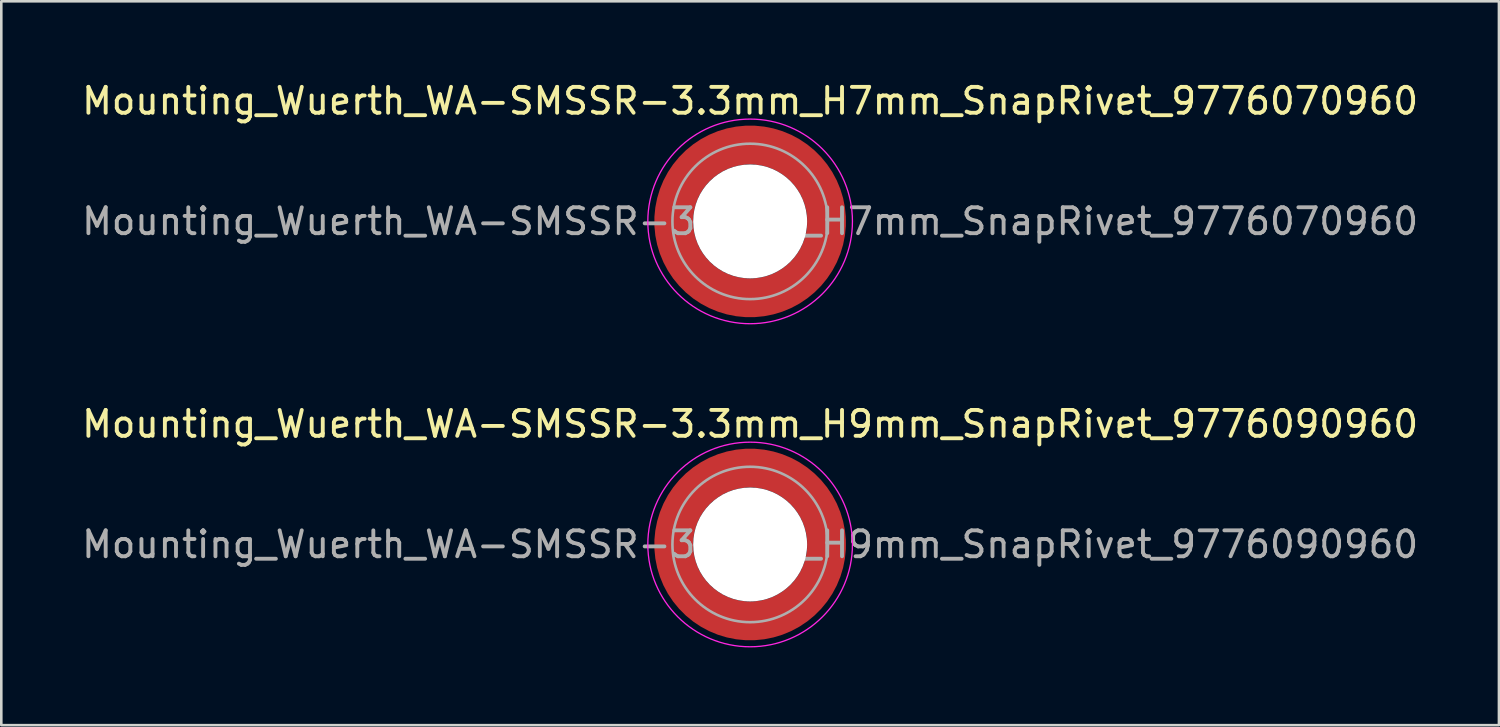
<source format=kicad_pcb>
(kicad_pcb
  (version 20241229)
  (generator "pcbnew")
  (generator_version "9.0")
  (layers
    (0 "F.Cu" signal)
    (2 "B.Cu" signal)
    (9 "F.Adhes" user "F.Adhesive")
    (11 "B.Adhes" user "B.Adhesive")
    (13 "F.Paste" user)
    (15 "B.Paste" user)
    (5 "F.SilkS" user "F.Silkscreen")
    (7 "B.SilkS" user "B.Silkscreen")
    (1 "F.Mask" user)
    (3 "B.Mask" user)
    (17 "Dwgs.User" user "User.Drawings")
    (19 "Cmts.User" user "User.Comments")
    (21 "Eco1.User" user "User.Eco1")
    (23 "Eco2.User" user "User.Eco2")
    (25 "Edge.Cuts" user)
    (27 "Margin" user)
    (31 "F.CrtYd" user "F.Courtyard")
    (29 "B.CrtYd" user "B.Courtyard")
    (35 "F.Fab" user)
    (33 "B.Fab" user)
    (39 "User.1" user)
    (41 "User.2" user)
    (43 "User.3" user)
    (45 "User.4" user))
  (footprint "Mounting_Wuerth_WA-SMSSR-3.3mm_H7mm_SnapRivet_9776070960"
    (layer "F.Cu")
    (at 25.911 5.498)
    (property "Reference" "Mounting_Wuerth_WA-SMSSR-3.3mm_H7mm_SnapRivet_9776070960" (at 0 -4.65 0) (layer "F.SilkS") (effects (font (size 1 1) (thickness 0.15))))
    (attr smd allow_soldermask_bridges)
    (fp_circle (center 0 0) (end 3.95 0) (stroke (width 0.05) (type solid)) (fill no) (layer "F.CrtYd"))
    (fp_circle (center 0 0) (end 3 0) (stroke (width 0.1) (type solid)) (fill no) (layer "F.Fab"))
    (fp_text user "${REFERENCE}" (at 0 0 0) (layer "F.Fab") (effects (font (size 1 1) (thickness 0.15))))
    (pad "" smd custom (at -2.077 -2.077) (size 0.698 0.698) (layers "F.Paste") (options (anchor circle)) (primitives (gr_arc (start -0.208831 1.577126) (mid 0.422496 0.422496) (end 1.577126 -0.208831) (width 0.2)) (gr_arc (start -0.310669 1.577126) (mid 0.35208 0.35208) (end 1.577126 -0.310669) (width 0.2)) (gr_arc (start -0.412325 1.577126) (mid 0.281664 0.281664) (end 1.577126 -0.412325) (width 0.2)) (gr_arc (start -0.51382 1.577126) (mid 0.211248 0.211248) (end 1.577126 -0.51382) (width 0.2)) (gr_arc (start -0.615172 1.577126) (mid 0.140832 0.140832) (end 1.577126 -0.615172) (width 0.2)) (gr_arc (start -0.716397 1.577126) (mid 0.070416 0.070416) (end 1.577126 -0.716397) (width 0.2)) (gr_arc (start -0.817508 1.577126) (mid 0 0) (end 1.577126 -0.817508) (width 0.2)) (gr_arc (start -0.918517 1.577126) (mid -0.070416 -0.070416) (end 1.577126 -0.918517) (width 0.2)) (gr_arc (start -1.019433 1.577126) (mid -0.140832 -0.140832) (end 1.577126 -1.019433) (width 0.2)) (gr_arc (start -1.120266 1.577126) (mid -0.211248 -0.211248) (end 1.577126 -1.120266) (width 0.2)) (gr_arc (start -1.221022 1.577126) (mid -0.281664 -0.281664) (end 1.577126 -1.221022) (width 0.2)) (gr_arc (start -1.32171 1.577126) (mid -0.35208 -0.35208) (end 1.577126 -1.32171) (width 0.2)) (gr_arc (start -1.422335 1.577126) (mid -0.422496 -0.422496) (end 1.577126 -1.422335) (width 0.2)) (gr_line (start 1.577 -0.209) (end 1.577 -1.422) (width 0.2)) (gr_line (start -0.209 1.577) (end -1.422 1.577) (width 0.2))))
    (pad "" smd custom (at -2.077 2.077) (size 0.698 0.698) (layers "F.Paste") (options (anchor circle)) (primitives (gr_arc (start 1.577126 0.208831) (mid 0.422496 -0.422496) (end -0.208831 -1.577126) (width 0.2)) (gr_arc (start 1.577126 0.310669) (mid 0.35208 -0.35208) (end -0.310669 -1.577126) (width 0.2)) (gr_arc (start 1.577126 0.412325) (mid 0.281664 -0.281664) (end -0.412325 -1.577126) (width 0.2)) (gr_arc (start 1.577126 0.51382) (mid 0.211248 -0.211248) (end -0.51382 -1.577126) (width 0.2)) (gr_arc (start 1.577126 0.615172) (mid 0.140832 -0.140832) (end -0.615172 -1.577126) (width 0.2)) (gr_arc (start 1.577126 0.716397) (mid 0.070416 -0.070416) (end -0.716397 -1.577126) (width 0.2)) (gr_arc (start 1.577126 0.817508) (mid 0 0) (end -0.817508 -1.577126) (width 0.2)) (gr_arc (start 1.577126 0.918517) (mid -0.070416 0.070416) (end -0.918517 -1.577126) (width 0.2)) (gr_arc (start 1.577126 1.019433) (mid -0.140832 0.140832) (end -1.019433 -1.577126) (width 0.2)) (gr_arc (start 1.577126 1.120266) (mid -0.211248 0.211248) (end -1.120266 -1.577126) (width 0.2)) (gr_arc (start 1.577126 1.221022) (mid -0.281664 0.281664) (end -1.221022 -1.577126) (width 0.2)) (gr_arc (start 1.577126 1.32171) (mid -0.35208 0.35208) (end -1.32171 -1.577126) (width 0.2)) (gr_arc (start 1.577126 1.422335) (mid -0.422496 0.422496) (end -1.422335 -1.577126) (width 0.2)) (gr_line (start -0.209 -1.577) (end -1.422 -1.577) (width 0.2)) (gr_line (start 1.577 0.209) (end 1.577 1.422) (width 0.2))))
    (pad "" np_thru_hole circle (at 0 0) (size 4.4 4.4) (drill 4.4) (layers "*.Cu" "*.Mask"))
    (pad "" smd custom (at 2.077 -2.077) (size 0.698 0.698) (layers "F.Paste") (options (anchor circle)) (primitives (gr_arc (start -1.577126 -0.208831) (mid -0.422496 0.422496) (end 0.208831 1.577126) (width 0.2)) (gr_arc (start -1.577126 -0.310669) (mid -0.35208 0.35208) (end 0.310669 1.577126) (width 0.2)) (gr_arc (start -1.577126 -0.412325) (mid -0.281664 0.281664) (end 0.412325 1.577126) (width 0.2)) (gr_arc (start -1.577126 -0.51382) (mid -0.211248 0.211248) (end 0.51382 1.577126) (width 0.2)) (gr_arc (start -1.577126 -0.615172) (mid -0.140832 0.140832) (end 0.615172 1.577126) (width 0.2)) (gr_arc (start -1.577126 -0.716397) (mid -0.070416 0.070416) (end 0.716397 1.577126) (width 0.2)) (gr_arc (start -1.577126 -0.817508) (mid 0 0) (end 0.817508 1.577126) (width 0.2)) (gr_arc (start -1.577126 -0.918517) (mid 0.070416 -0.070416) (end 0.918517 1.577126) (width 0.2)) (gr_arc (start -1.577126 -1.019433) (mid 0.140832 -0.140832) (end 1.019433 1.577126) (width 0.2)) (gr_arc (start -1.577126 -1.120266) (mid 0.211248 -0.211248) (end 1.120266 1.577126) (width 0.2)) (gr_arc (start -1.577126 -1.221022) (mid 0.281664 -0.281664) (end 1.221022 1.577126) (width 0.2)) (gr_arc (start -1.577126 -1.32171) (mid 0.35208 -0.35208) (end 1.32171 1.577126) (width 0.2)) (gr_arc (start -1.577126 -1.422335) (mid 0.422496 -0.422496) (end 1.422335 1.577126) (width 0.2)) (gr_line (start 0.209 1.577) (end 1.422 1.577) (width 0.2)) (gr_line (start -1.577 -0.209) (end -1.577 -1.422) (width 0.2))))
    (pad "" smd custom (at 2.077 2.077) (size 0.698 0.698) (layers "F.Paste") (options (anchor circle)) (primitives (gr_arc (start 0.208831 -1.577126) (mid -0.422496 -0.422496) (end -1.577126 0.208831) (width 0.2)) (gr_arc (start 0.310669 -1.577126) (mid -0.35208 -0.35208) (end -1.577126 0.310669) (width 0.2)) (gr_arc (start 0.412325 -1.577126) (mid -0.281664 -0.281664) (end -1.577126 0.412325) (width 0.2)) (gr_arc (start 0.51382 -1.577126) (mid -0.211248 -0.211248) (end -1.577126 0.51382) (width 0.2)) (gr_arc (start 0.615172 -1.577126) (mid -0.140832 -0.140832) (end -1.577126 0.615172) (width 0.2)) (gr_arc (start 0.716397 -1.577126) (mid -0.070416 -0.070416) (end -1.577126 0.716397) (width 0.2)) (gr_arc (start 0.817508 -1.577126) (mid 0 0) (end -1.577126 0.817508) (width 0.2)) (gr_arc (start 0.918517 -1.577126) (mid 0.070416 0.070416) (end -1.577126 0.918517) (width 0.2)) (gr_arc (start 1.019433 -1.577126) (mid 0.140832 0.140832) (end -1.577126 1.019433) (width 0.2)) (gr_arc (start 1.120266 -1.577126) (mid 0.211248 0.211248) (end -1.577126 1.120266) (width 0.2)) (gr_arc (start 1.221022 -1.577126) (mid 0.281664 0.281664) (end -1.577126 1.221022) (width 0.2)) (gr_arc (start 1.32171 -1.577126) (mid 0.35208 0.35208) (end -1.577126 1.32171) (width 0.2)) (gr_arc (start 1.422335 -1.577126) (mid 0.422496 0.422496) (end -1.577126 1.422335) (width 0.2)) (gr_line (start -1.577 0.209) (end -1.577 1.422) (width 0.2)) (gr_line (start 0.209 -1.577) (end 1.422 -1.577) (width 0.2))))
    (pad "1" smd circle (at -2.95 0) (size 0.992 0.992) (layers "F.Cu"))
    (pad "1" smd circle (at 0 -2.95) (size 0.992 0.992) (layers "F.Cu"))
    (pad "1" smd circle (at 0 2.95) (size 0.992 0.992) (layers "F.Cu"))
    (pad "1" smd custom (at 2.95 0) (size 1.5 1.5) (layers "F.Cu" "F.Mask") (options (anchor circle)) (primitives (gr_circle (center -2.95 0) (end 0 0) (width 1.5) (fill no)))))
  (footprint "Mounting_Wuerth_WA-SMSSR-3.3mm_H9mm_SnapRivet_9776090960"
    (layer "F.Cu")
    (at 25.911 17.971)
    (property "Reference" "Mounting_Wuerth_WA-SMSSR-3.3mm_H9mm_SnapRivet_9776090960" (at 0 -4.65 0) (layer "F.SilkS") (effects (font (size 1 1) (thickness 0.15))))
    (attr smd allow_soldermask_bridges)
    (fp_circle (center 0 0) (end 3.95 0) (stroke (width 0.05) (type solid)) (fill no) (layer "F.CrtYd"))
    (fp_circle (center 0 0) (end 3 0) (stroke (width 0.1) (type solid)) (fill no) (layer "F.Fab"))
    (fp_text user "${REFERENCE}" (at 0 0 0) (layer "F.Fab") (effects (font (size 1 1) (thickness 0.15))))
    (pad "" smd custom (at -2.077 -2.077) (size 0.698 0.698) (layers "F.Paste") (options (anchor circle)) (primitives (gr_arc (start -0.208831 1.577126) (mid 0.422496 0.422496) (end 1.577126 -0.208831) (width 0.2)) (gr_arc (start -0.310669 1.577126) (mid 0.35208 0.35208) (end 1.577126 -0.310669) (width 0.2)) (gr_arc (start -0.412325 1.577126) (mid 0.281664 0.281664) (end 1.577126 -0.412325) (width 0.2)) (gr_arc (start -0.51382 1.577126) (mid 0.211248 0.211248) (end 1.577126 -0.51382) (width 0.2)) (gr_arc (start -0.615172 1.577126) (mid 0.140832 0.140832) (end 1.577126 -0.615172) (width 0.2)) (gr_arc (start -0.716397 1.577126) (mid 0.070416 0.070416) (end 1.577126 -0.716397) (width 0.2)) (gr_arc (start -0.817508 1.577126) (mid 0 0) (end 1.577126 -0.817508) (width 0.2)) (gr_arc (start -0.918517 1.577126) (mid -0.070416 -0.070416) (end 1.577126 -0.918517) (width 0.2)) (gr_arc (start -1.019433 1.577126) (mid -0.140832 -0.140832) (end 1.577126 -1.019433) (width 0.2)) (gr_arc (start -1.120266 1.577126) (mid -0.211248 -0.211248) (end 1.577126 -1.120266) (width 0.2)) (gr_arc (start -1.221022 1.577126) (mid -0.281664 -0.281664) (end 1.577126 -1.221022) (width 0.2)) (gr_arc (start -1.32171 1.577126) (mid -0.35208 -0.35208) (end 1.577126 -1.32171) (width 0.2)) (gr_arc (start -1.422335 1.577126) (mid -0.422496 -0.422496) (end 1.577126 -1.422335) (width 0.2)) (gr_line (start 1.577 -0.209) (end 1.577 -1.422) (width 0.2)) (gr_line (start -0.209 1.577) (end -1.422 1.577) (width 0.2))))
    (pad "" smd custom (at -2.077 2.077) (size 0.698 0.698) (layers "F.Paste") (options (anchor circle)) (primitives (gr_arc (start 1.577126 0.208831) (mid 0.422496 -0.422496) (end -0.208831 -1.577126) (width 0.2)) (gr_arc (start 1.577126 0.310669) (mid 0.35208 -0.35208) (end -0.310669 -1.577126) (width 0.2)) (gr_arc (start 1.577126 0.412325) (mid 0.281664 -0.281664) (end -0.412325 -1.577126) (width 0.2)) (gr_arc (start 1.577126 0.51382) (mid 0.211248 -0.211248) (end -0.51382 -1.577126) (width 0.2)) (gr_arc (start 1.577126 0.615172) (mid 0.140832 -0.140832) (end -0.615172 -1.577126) (width 0.2)) (gr_arc (start 1.577126 0.716397) (mid 0.070416 -0.070416) (end -0.716397 -1.577126) (width 0.2)) (gr_arc (start 1.577126 0.817508) (mid 0 0) (end -0.817508 -1.577126) (width 0.2)) (gr_arc (start 1.577126 0.918517) (mid -0.070416 0.070416) (end -0.918517 -1.577126) (width 0.2)) (gr_arc (start 1.577126 1.019433) (mid -0.140832 0.140832) (end -1.019433 -1.577126) (width 0.2)) (gr_arc (start 1.577126 1.120266) (mid -0.211248 0.211248) (end -1.120266 -1.577126) (width 0.2)) (gr_arc (start 1.577126 1.221022) (mid -0.281664 0.281664) (end -1.221022 -1.577126) (width 0.2)) (gr_arc (start 1.577126 1.32171) (mid -0.35208 0.35208) (end -1.32171 -1.577126) (width 0.2)) (gr_arc (start 1.577126 1.422335) (mid -0.422496 0.422496) (end -1.422335 -1.577126) (width 0.2)) (gr_line (start -0.209 -1.577) (end -1.422 -1.577) (width 0.2)) (gr_line (start 1.577 0.209) (end 1.577 1.422) (width 0.2))))
    (pad "" np_thru_hole circle (at 0 0) (size 4.4 4.4) (drill 4.4) (layers "*.Cu" "*.Mask"))
    (pad "" smd custom (at 2.077 -2.077) (size 0.698 0.698) (layers "F.Paste") (options (anchor circle)) (primitives (gr_arc (start -1.577126 -0.208831) (mid -0.422496 0.422496) (end 0.208831 1.577126) (width 0.2)) (gr_arc (start -1.577126 -0.310669) (mid -0.35208 0.35208) (end 0.310669 1.577126) (width 0.2)) (gr_arc (start -1.577126 -0.412325) (mid -0.281664 0.281664) (end 0.412325 1.577126) (width 0.2)) (gr_arc (start -1.577126 -0.51382) (mid -0.211248 0.211248) (end 0.51382 1.577126) (width 0.2)) (gr_arc (start -1.577126 -0.615172) (mid -0.140832 0.140832) (end 0.615172 1.577126) (width 0.2)) (gr_arc (start -1.577126 -0.716397) (mid -0.070416 0.070416) (end 0.716397 1.577126) (width 0.2)) (gr_arc (start -1.577126 -0.817508) (mid 0 0) (end 0.817508 1.577126) (width 0.2)) (gr_arc (start -1.577126 -0.918517) (mid 0.070416 -0.070416) (end 0.918517 1.577126) (width 0.2)) (gr_arc (start -1.577126 -1.019433) (mid 0.140832 -0.140832) (end 1.019433 1.577126) (width 0.2)) (gr_arc (start -1.577126 -1.120266) (mid 0.211248 -0.211248) (end 1.120266 1.577126) (width 0.2)) (gr_arc (start -1.577126 -1.221022) (mid 0.281664 -0.281664) (end 1.221022 1.577126) (width 0.2)) (gr_arc (start -1.577126 -1.32171) (mid 0.35208 -0.35208) (end 1.32171 1.577126) (width 0.2)) (gr_arc (start -1.577126 -1.422335) (mid 0.422496 -0.422496) (end 1.422335 1.577126) (width 0.2)) (gr_line (start 0.209 1.577) (end 1.422 1.577) (width 0.2)) (gr_line (start -1.577 -0.209) (end -1.577 -1.422) (width 0.2))))
    (pad "" smd custom (at 2.077 2.077) (size 0.698 0.698) (layers "F.Paste") (options (anchor circle)) (primitives (gr_arc (start 0.208831 -1.577126) (mid -0.422496 -0.422496) (end -1.577126 0.208831) (width 0.2)) (gr_arc (start 0.310669 -1.577126) (mid -0.35208 -0.35208) (end -1.577126 0.310669) (width 0.2)) (gr_arc (start 0.412325 -1.577126) (mid -0.281664 -0.281664) (end -1.577126 0.412325) (width 0.2)) (gr_arc (start 0.51382 -1.577126) (mid -0.211248 -0.211248) (end -1.577126 0.51382) (width 0.2)) (gr_arc (start 0.615172 -1.577126) (mid -0.140832 -0.140832) (end -1.577126 0.615172) (width 0.2)) (gr_arc (start 0.716397 -1.577126) (mid -0.070416 -0.070416) (end -1.577126 0.716397) (width 0.2)) (gr_arc (start 0.817508 -1.577126) (mid 0 0) (end -1.577126 0.817508) (width 0.2)) (gr_arc (start 0.918517 -1.577126) (mid 0.070416 0.070416) (end -1.577126 0.918517) (width 0.2)) (gr_arc (start 1.019433 -1.577126) (mid 0.140832 0.140832) (end -1.577126 1.019433) (width 0.2)) (gr_arc (start 1.120266 -1.577126) (mid 0.211248 0.211248) (end -1.577126 1.120266) (width 0.2)) (gr_arc (start 1.221022 -1.577126) (mid 0.281664 0.281664) (end -1.577126 1.221022) (width 0.2)) (gr_arc (start 1.32171 -1.577126) (mid 0.35208 0.35208) (end -1.577126 1.32171) (width 0.2)) (gr_arc (start 1.422335 -1.577126) (mid 0.422496 0.422496) (end -1.577126 1.422335) (width 0.2)) (gr_line (start -1.577 0.209) (end -1.577 1.422) (width 0.2)) (gr_line (start 0.209 -1.577) (end 1.422 -1.577) (width 0.2))))
    (pad "1" smd circle (at -2.95 0) (size 0.992 0.992) (layers "F.Cu"))
    (pad "1" smd circle (at 0 -2.95) (size 0.992 0.992) (layers "F.Cu"))
    (pad "1" smd circle (at 0 2.95) (size 0.992 0.992) (layers "F.Cu"))
    (pad "1" smd custom (at 2.95 0) (size 1.5 1.5) (layers "F.Cu" "F.Mask") (options (anchor circle)) (primitives (gr_circle (center -2.95 0) (end 0 0) (width 1.5) (fill no)))))
  (gr_rect
    (start -3 -3)
    (end 54.821 24.947)
    (stroke (width 0.1) (type default))
    (fill no)
    (layer "Edge.Cuts")))
</source>
